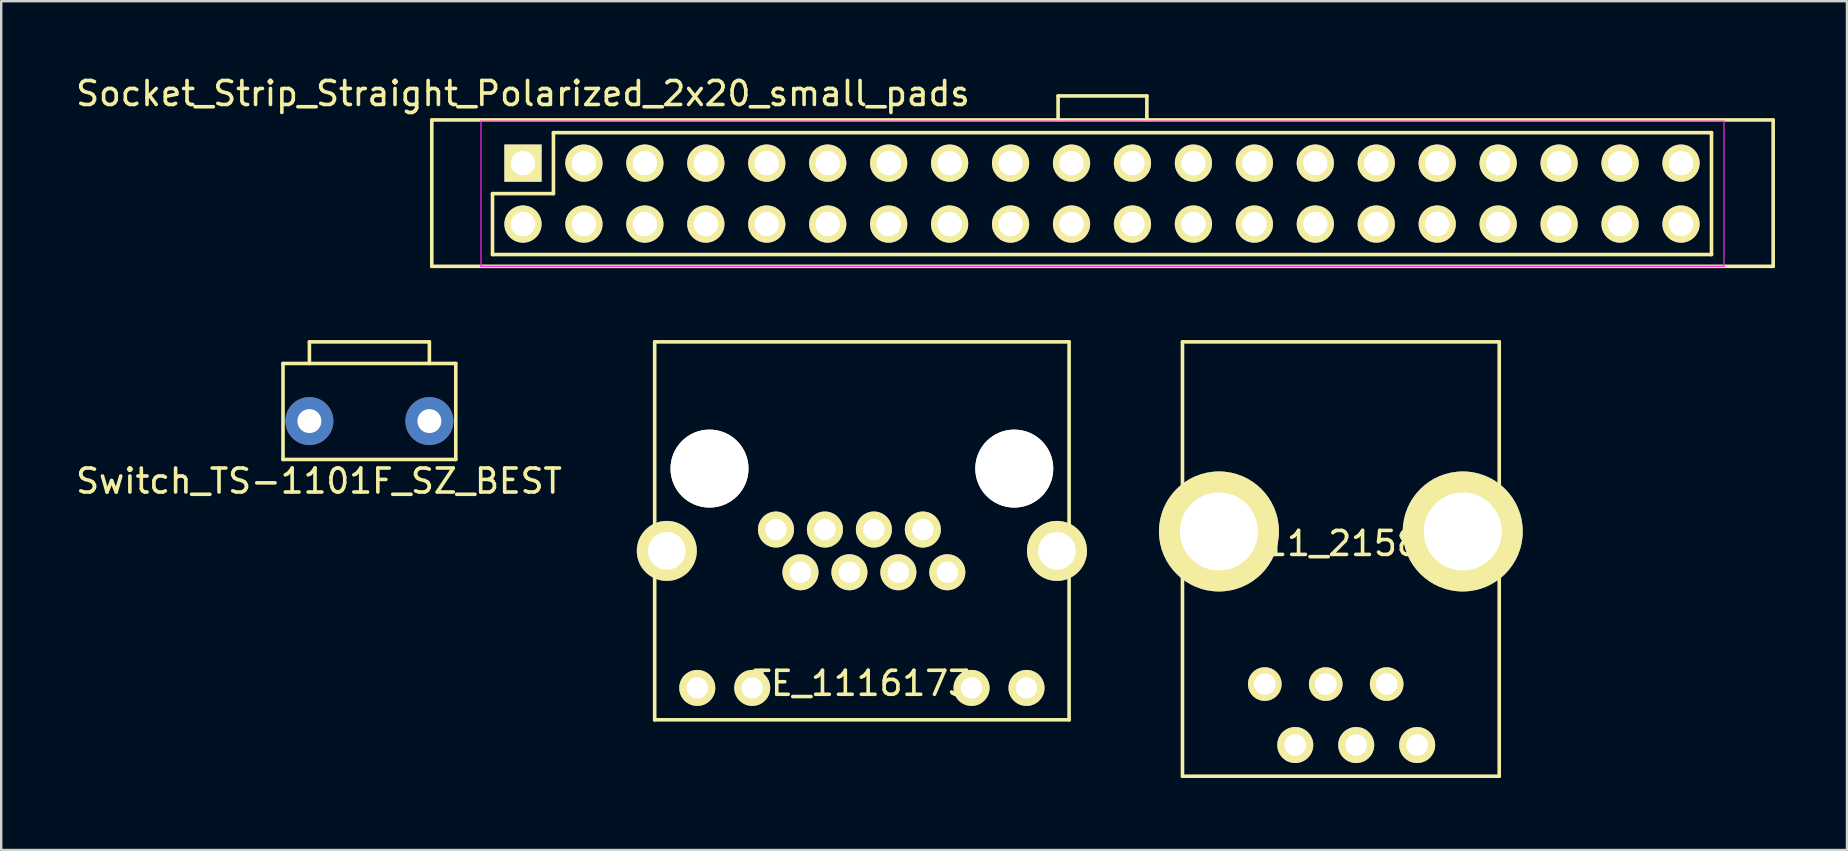
<source format=kicad_pcb>
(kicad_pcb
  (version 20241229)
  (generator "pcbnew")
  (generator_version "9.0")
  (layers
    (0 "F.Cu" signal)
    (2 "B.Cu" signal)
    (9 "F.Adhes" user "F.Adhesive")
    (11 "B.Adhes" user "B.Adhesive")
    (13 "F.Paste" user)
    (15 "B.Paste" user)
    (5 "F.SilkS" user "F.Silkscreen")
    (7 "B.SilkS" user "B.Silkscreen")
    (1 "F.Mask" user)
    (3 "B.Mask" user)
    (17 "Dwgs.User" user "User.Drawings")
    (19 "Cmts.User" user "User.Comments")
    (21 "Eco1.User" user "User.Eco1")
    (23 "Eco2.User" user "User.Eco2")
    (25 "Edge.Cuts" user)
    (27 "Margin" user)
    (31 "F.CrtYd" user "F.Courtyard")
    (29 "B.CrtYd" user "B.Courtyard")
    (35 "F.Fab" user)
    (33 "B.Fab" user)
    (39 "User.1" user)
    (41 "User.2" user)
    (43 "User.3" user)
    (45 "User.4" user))
  (footprint "Socket_Strip_Straight_Polarized_2x20_small_pads"
    (layer "F.Cu")
    (at 18.744 3.748)
    (property "Reference" "Socket_Strip_Straight_Polarized_2x20_small_pads" (at 0 -2.9 0) (layer "F.SilkS") (effects (font (size 1 1) (thickness 0.15))))
    (attr through_hole)
    (fp_line (start -3.8 -1.8) (end -3.8 4.3) (stroke (width 0.15) (type solid)) (layer "F.SilkS"))
    (fp_line (start -3.8 4.3) (end 52.1 4.3) (stroke (width 0.15) (type solid)) (layer "F.SilkS"))
    (fp_line (start -1.27 1.27) (end 1.27 1.27) (stroke (width 0.15) (type solid)) (layer "F.SilkS"))
    (fp_line (start -1.27 3.81) (end -1.27 1.27) (stroke (width 0.15) (type solid)) (layer "F.SilkS"))
    (fp_line (start 1.27 -1.27) (end 49.53 -1.27) (stroke (width 0.15) (type solid)) (layer "F.SilkS"))
    (fp_line (start 1.27 1.27) (end 1.27 -1.27) (stroke (width 0.15) (type solid)) (layer "F.SilkS"))
    (fp_line (start 22.3 -2.8) (end 26 -2.8) (stroke (width 0.15) (type solid)) (layer "F.SilkS"))
    (fp_line (start 22.3 -1.8) (end 22.3 -2.8) (stroke (width 0.15) (type solid)) (layer "F.SilkS"))
    (fp_line (start 26 -2.8) (end 26 -1.8) (stroke (width 0.15) (type solid)) (layer "F.SilkS"))
    (fp_line (start 49.53 3.81) (end -1.27 3.81) (stroke (width 0.15) (type solid)) (layer "F.SilkS"))
    (fp_line (start 49.53 3.81) (end 49.53 -1.27) (stroke (width 0.15) (type solid)) (layer "F.SilkS"))
    (fp_line (start 52.1 -1.8) (end -3.8 -1.8) (stroke (width 0.15) (type solid)) (layer "F.SilkS"))
    (fp_line (start 52.1 4.3) (end 52.1 -1.8) (stroke (width 0.15) (type solid)) (layer "F.SilkS"))
    (fp_line (start -1.75 -1.75) (end -1.75 4.3) (stroke (width 0.05) (type solid)) (layer "F.CrtYd"))
    (fp_line (start -1.75 -1.75) (end 50.05 -1.75) (stroke (width 0.05) (type solid)) (layer "F.CrtYd"))
    (fp_line (start -1.75 4.3) (end 50.05 4.3) (stroke (width 0.05) (type solid)) (layer "F.CrtYd"))
    (fp_line (start 50.05 -1.75) (end 50.05 4.3) (stroke (width 0.05) (type solid)) (layer "F.CrtYd"))
    (pad "1" thru_hole rect (at 0 0) (size 1.55 1.55) (drill 1.016) (layers "*.Cu" "*.Mask" "F.SilkS"))
    (pad "2" thru_hole oval (at 0 2.54) (size 1.55 1.55) (drill 1.016) (layers "*.Cu" "*.Mask" "F.SilkS"))
    (pad "3" thru_hole oval (at 2.54 0) (size 1.55 1.55) (drill 1.016) (layers "*.Cu" "*.Mask" "F.SilkS"))
    (pad "4" thru_hole oval (at 2.54 2.54) (size 1.55 1.55) (drill 1.016) (layers "*.Cu" "*.Mask" "F.SilkS"))
    (pad "5" thru_hole oval (at 5.08 0) (size 1.55 1.55) (drill 1.016) (layers "*.Cu" "*.Mask" "F.SilkS"))
    (pad "6" thru_hole oval (at 5.08 2.54) (size 1.55 1.55) (drill 1.016) (layers "*.Cu" "*.Mask" "F.SilkS"))
    (pad "7" thru_hole oval (at 7.62 0) (size 1.55 1.55) (drill 1.016) (layers "*.Cu" "*.Mask" "F.SilkS"))
    (pad "8" thru_hole oval (at 7.62 2.54) (size 1.55 1.55) (drill 1.016) (layers "*.Cu" "*.Mask" "F.SilkS"))
    (pad "9" thru_hole oval (at 10.16 0) (size 1.55 1.55) (drill 1.016) (layers "*.Cu" "*.Mask" "F.SilkS"))
    (pad "10" thru_hole oval (at 10.16 2.54) (size 1.55 1.55) (drill 1.016) (layers "*.Cu" "*.Mask" "F.SilkS"))
    (pad "11" thru_hole oval (at 12.7 0) (size 1.55 1.55) (drill 1.016) (layers "*.Cu" "*.Mask" "F.SilkS"))
    (pad "12" thru_hole oval (at 12.7 2.54) (size 1.55 1.55) (drill 1.016) (layers "*.Cu" "*.Mask" "F.SilkS"))
    (pad "13" thru_hole oval (at 15.24 0) (size 1.55 1.55) (drill 1.016) (layers "*.Cu" "*.Mask" "F.SilkS"))
    (pad "14" thru_hole oval (at 15.24 2.54) (size 1.55 1.55) (drill 1.016) (layers "*.Cu" "*.Mask" "F.SilkS"))
    (pad "15" thru_hole oval (at 17.78 0) (size 1.55 1.55) (drill 1.016) (layers "*.Cu" "*.Mask" "F.SilkS"))
    (pad "16" thru_hole oval (at 17.78 2.54) (size 1.55 1.55) (drill 1.016) (layers "*.Cu" "*.Mask" "F.SilkS"))
    (pad "17" thru_hole oval (at 20.32 0) (size 1.55 1.55) (drill 1.016) (layers "*.Cu" "*.Mask" "F.SilkS"))
    (pad "18" thru_hole oval (at 20.32 2.54) (size 1.55 1.55) (drill 1.016) (layers "*.Cu" "*.Mask" "F.SilkS"))
    (pad "19" thru_hole oval (at 22.86 0) (size 1.55 1.55) (drill 1.016) (layers "*.Cu" "*.Mask" "F.SilkS"))
    (pad "20" thru_hole oval (at 22.86 2.54) (size 1.55 1.55) (drill 1.016) (layers "*.Cu" "*.Mask" "F.SilkS"))
    (pad "21" thru_hole oval (at 25.4 0) (size 1.55 1.55) (drill 1.016) (layers "*.Cu" "*.Mask" "F.SilkS"))
    (pad "22" thru_hole oval (at 25.4 2.54) (size 1.55 1.55) (drill 1.016) (layers "*.Cu" "*.Mask" "F.SilkS"))
    (pad "23" thru_hole oval (at 27.94 0) (size 1.55 1.55) (drill 1.016) (layers "*.Cu" "*.Mask" "F.SilkS"))
    (pad "24" thru_hole oval (at 27.94 2.54) (size 1.55 1.55) (drill 1.016) (layers "*.Cu" "*.Mask" "F.SilkS"))
    (pad "25" thru_hole oval (at 30.48 0) (size 1.55 1.55) (drill 1.016) (layers "*.Cu" "*.Mask" "F.SilkS"))
    (pad "26" thru_hole oval (at 30.48 2.54) (size 1.55 1.55) (drill 1.016) (layers "*.Cu" "*.Mask" "F.SilkS"))
    (pad "27" thru_hole oval (at 33.02 0) (size 1.55 1.55) (drill 1.016) (layers "*.Cu" "*.Mask" "F.SilkS"))
    (pad "28" thru_hole oval (at 33.02 2.54) (size 1.55 1.55) (drill 1.016) (layers "*.Cu" "*.Mask" "F.SilkS"))
    (pad "29" thru_hole oval (at 35.56 0) (size 1.55 1.55) (drill 1.016) (layers "*.Cu" "*.Mask" "F.SilkS"))
    (pad "30" thru_hole oval (at 35.56 2.54) (size 1.55 1.55) (drill 1.016) (layers "*.Cu" "*.Mask" "F.SilkS"))
    (pad "31" thru_hole oval (at 38.1 0) (size 1.55 1.55) (drill 1.016) (layers "*.Cu" "*.Mask" "F.SilkS"))
    (pad "32" thru_hole oval (at 38.1 2.54) (size 1.55 1.55) (drill 1.016) (layers "*.Cu" "*.Mask" "F.SilkS"))
    (pad "33" thru_hole oval (at 40.64 0) (size 1.55 1.55) (drill 1.016) (layers "*.Cu" "*.Mask" "F.SilkS"))
    (pad "34" thru_hole oval (at 40.64 2.54) (size 1.55 1.55) (drill 1.016) (layers "*.Cu" "*.Mask" "F.SilkS"))
    (pad "35" thru_hole oval (at 43.18 0) (size 1.55 1.55) (drill 1.016) (layers "*.Cu" "*.Mask" "F.SilkS"))
    (pad "36" thru_hole oval (at 43.18 2.54) (size 1.55 1.55) (drill 1.016) (layers "*.Cu" "*.Mask" "F.SilkS"))
    (pad "37" thru_hole oval (at 45.72 0) (size 1.55 1.55) (drill 1.016) (layers "*.Cu" "*.Mask" "F.SilkS"))
    (pad "38" thru_hole oval (at 45.72 2.54) (size 1.55 1.55) (drill 1.016) (layers "*.Cu" "*.Mask" "F.SilkS"))
    (pad "39" thru_hole oval (at 48.26 0) (size 1.55 1.55) (drill 1.016) (layers "*.Cu" "*.Mask" "F.SilkS"))
    (pad "40" thru_hole oval (at 48.26 2.54) (size 1.55 1.55) (drill 1.016) (layers "*.Cu" "*.Mask" "F.SilkS")))
  (footprint "Switch_TS-1101F_SZ_BEST"
    (layer "F.Cu")
    (at 9.844 14.498)
    (property "Reference" "Switch_TS-1101F_SZ_BEST" (at 0.4 2.5 0) (layer "F.SilkS") (effects (font (size 1 1) (thickness 0.15))))
    (attr through_hole)
    (fp_line (start -1.1 -2.4) (end -1.1 1.6) (stroke (width 0.15) (type solid)) (layer "F.SilkS"))
    (fp_line (start -1.1 1.6) (end 6.1 1.6) (stroke (width 0.15) (type solid)) (layer "F.SilkS"))
    (fp_line (start 0 -3.3) (end 5 -3.3) (stroke (width 0.15) (type solid)) (layer "F.SilkS"))
    (fp_line (start 0 -2.4) (end 0 -3.3) (stroke (width 0.15) (type solid)) (layer "F.SilkS"))
    (fp_line (start 5 -3.3) (end 5 -2.4) (stroke (width 0.15) (type solid)) (layer "F.SilkS"))
    (fp_line (start 6.1 -2.4) (end -1.1 -2.4) (stroke (width 0.15) (type solid)) (layer "F.SilkS"))
    (fp_line (start 6.1 1.6) (end 6.1 -2.4) (stroke (width 0.15) (type solid)) (layer "F.SilkS"))
    (pad "1" thru_hole circle (at 0 0) (size 2 2) (drill 1) (layers "*.Cu" "*.Mask"))
    (pad "2" thru_hole circle (at 5 0) (size 2 2) (drill 1) (layers "*.Cu" "*.Mask")))
  (footprint "TE_RJ11_215876-3"
    (layer "F.Cu")
    (at 52.828 19.098)
    (property "Reference" "TE_RJ11_215876-3" (at 0 0.5 0) (layer "F.SilkS") (effects (font (size 1 1) (thickness 0.15))))
    (attr through_hole)
    (fp_line (start -6.6 -7.9) (end 6.6 -7.9) (stroke (width 0.15) (type solid)) (layer "F.SilkS"))
    (fp_line (start -6.6 10.2) (end -6.6 -7.9) (stroke (width 0.15) (type solid)) (layer "F.SilkS"))
    (fp_line (start 6.6 -7.9) (end 6.6 10.2) (stroke (width 0.15) (type solid)) (layer "F.SilkS"))
    (fp_line (start 6.6 10.2) (end -6.6 10.2) (stroke (width 0.15) (type solid)) (layer "F.SilkS"))
    (pad "" np_thru_hole circle (at -5.08 0) (size 5 5) (drill 3.25) (layers "*.Cu" "*.Mask" "F.SilkS"))
    (pad "" np_thru_hole circle (at 5.08 0) (size 5 5) (drill 3.25) (layers "*.Cu" "*.Mask" "F.SilkS"))
    (pad "1" thru_hole circle (at -0.63 6.36) (size 1.4 1.4) (drill 0.9) (layers "*.Cu" "*.Mask" "F.SilkS"))
    (pad "2" thru_hole circle (at 1.91 6.36) (size 1.4 1.4) (drill 0.9) (layers "*.Cu" "*.Mask" "F.SilkS"))
    (pad "3" thru_hole circle (at 3.18 8.9) (size 1.5 1.5) (drill 0.9) (layers "*.Cu" "*.Mask" "F.SilkS"))
    (pad "4" thru_hole circle (at -3.17 6.36) (size 1.4 1.4) (drill 0.9) (layers "*.Cu" "*.Mask" "F.SilkS"))
    (pad "5" thru_hole circle (at 0.64 8.9) (size 1.5 1.5) (drill 0.9) (layers "*.Cu" "*.Mask" "F.SilkS"))
    (pad "6" thru_hole circle (at -1.9 8.9) (size 1.5 1.5) (drill 0.9) (layers "*.Cu" "*.Mask" "F.SilkS")))
  (footprint "TE_1116173"
    (layer "F.Cu")
    (at 32.868 16.478)
    (property "Reference" "TE_1116173" (at 0 8.95 0) (layer "F.SilkS") (effects (font (size 1 1) (thickness 0.15))))
    (attr through_hole)
    (fp_line (start -8.635 -5.28) (end 8.635 -5.28) (stroke (width 0.15) (type solid)) (layer "F.SilkS"))
    (fp_line (start -8.635 10.47) (end -8.635 -5.28) (stroke (width 0.15) (type solid)) (layer "F.SilkS"))
    (fp_line (start 8.635 -5.28) (end 8.635 10.47) (stroke (width 0.15) (type solid)) (layer "F.SilkS"))
    (fp_line (start 8.635 10.47) (end -8.635 10.47) (stroke (width 0.15) (type solid)) (layer "F.SilkS"))
    (pad "" np_thru_hole circle (at -6.35 0) (size 3.25 3.25) (drill 3.25) (layers "*.Cu" "*.Mask" "F.SilkS"))
    (pad "" np_thru_hole circle (at 6.35 0) (size 3.25 3.25) (drill 3.25) (layers "*.Cu" "*.Mask" "F.SilkS"))
    (pad "1" thru_hole circle (at -3.58 2.54) (size 1.5 1.5) (drill 0.89) (layers "*.Cu" "*.Mask" "F.SilkS"))
    (pad "2" thru_hole circle (at -1.54 2.54) (size 1.5 1.5) (drill 0.89) (layers "*.Cu" "*.Mask" "F.SilkS"))
    (pad "3" thru_hole circle (at 0.5 2.54) (size 1.5 1.5) (drill 0.89) (layers "*.Cu" "*.Mask" "F.SilkS"))
    (pad "4" thru_hole circle (at 2.54 2.54) (size 1.5 1.5) (drill 0.89) (layers "*.Cu" "*.Mask" "F.SilkS"))
    (pad "5" thru_hole circle (at -2.56 4.32) (size 1.5 1.5) (drill 0.89) (layers "*.Cu" "*.Mask" "F.SilkS"))
    (pad "6" thru_hole circle (at -0.52 4.32) (size 1.5 1.5) (drill 0.89) (layers "*.Cu" "*.Mask" "F.SilkS"))
    (pad "7" thru_hole circle (at 1.52 4.32) (size 1.5 1.5) (drill 0.89) (layers "*.Cu" "*.Mask" "F.SilkS"))
    (pad "8" thru_hole circle (at 3.56 4.32) (size 1.5 1.5) (drill 0.89) (layers "*.Cu" "*.Mask" "F.SilkS"))
    (pad "9" thru_hole circle (at -6.86 9.14) (size 1.5 1.5) (drill 0.89) (layers "*.Cu" "*.Mask" "F.SilkS"))
    (pad "10" thru_hole circle (at -4.57 9.14) (size 1.5 1.5) (drill 0.89) (layers "*.Cu" "*.Mask" "F.SilkS"))
    (pad "11" thru_hole circle (at 4.57 9.14) (size 1.5 1.5) (drill 0.89) (layers "*.Cu" "*.Mask" "F.SilkS"))
    (pad "12" thru_hole circle (at 6.86 9.14) (size 1.5 1.5) (drill 0.89) (layers "*.Cu" "*.Mask" "F.SilkS"))
    (pad "13" thru_hole circle (at -8.13 3.43) (size 2.5 2.5) (drill 1.57) (layers "*.Cu" "*.Mask" "F.SilkS"))
    (pad "14" thru_hole circle (at 8.13 3.43) (size 2.5 2.5) (drill 1.57) (layers "*.Cu" "*.Mask" "F.SilkS")))
  (gr_rect
    (start -3 -3)
    (end 73.919 32.373)
    (stroke (width 0.1) (type default))
    (fill no)
    (layer "Edge.Cuts")))
</source>
